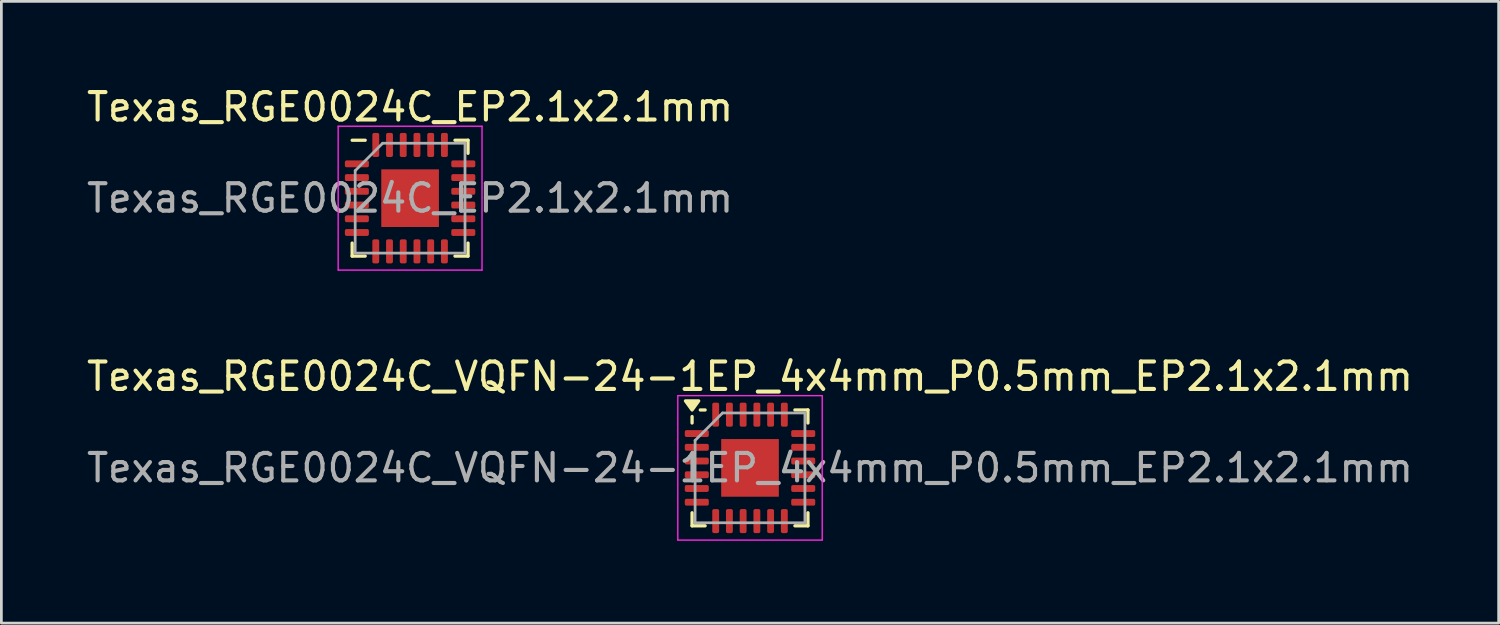
<source format=kicad_pcb>
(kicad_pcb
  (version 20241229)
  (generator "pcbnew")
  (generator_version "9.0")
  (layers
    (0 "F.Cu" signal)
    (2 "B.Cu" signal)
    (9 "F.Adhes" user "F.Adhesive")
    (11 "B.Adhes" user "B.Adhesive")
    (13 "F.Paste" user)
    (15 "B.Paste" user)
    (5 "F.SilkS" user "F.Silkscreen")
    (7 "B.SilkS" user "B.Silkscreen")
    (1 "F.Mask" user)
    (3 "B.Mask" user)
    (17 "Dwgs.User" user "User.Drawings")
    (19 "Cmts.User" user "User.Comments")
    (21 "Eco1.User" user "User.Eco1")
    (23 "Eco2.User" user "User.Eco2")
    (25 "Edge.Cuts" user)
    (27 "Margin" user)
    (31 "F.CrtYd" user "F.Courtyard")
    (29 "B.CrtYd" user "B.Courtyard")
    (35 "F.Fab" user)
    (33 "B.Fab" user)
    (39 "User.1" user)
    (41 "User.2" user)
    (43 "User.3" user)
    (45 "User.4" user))
  (footprint "Texas_RGE0024C_VQFN-24-1EP_4x4mm_P0.5mm_EP2.1x2.1mm"
    (layer "F.Cu")
    (at 24.268 13.992)
    (property "Reference" "Texas_RGE0024C_VQFN-24-1EP_4x4mm_P0.5mm_EP2.1x2.1mm" (at 0 -3.33 0) (layer "F.SilkS") (effects (font (size 1 1) (thickness 0.15))))
    (attr smd)
    (fp_line (start -2.11 -1.635) (end -2.11 -1.87) (stroke (width 0.12) (type solid)) (layer "F.SilkS"))
    (fp_line (start -2.11 2.11) (end -2.11 1.635) (stroke (width 0.12) (type solid)) (layer "F.SilkS"))
    (fp_line (start -1.635 -2.11) (end -1.81 -2.11) (stroke (width 0.12) (type solid)) (layer "F.SilkS"))
    (fp_line (start -1.635 2.11) (end -2.11 2.11) (stroke (width 0.12) (type solid)) (layer "F.SilkS"))
    (fp_line (start 1.635 -2.11) (end 2.11 -2.11) (stroke (width 0.12) (type solid)) (layer "F.SilkS"))
    (fp_line (start 1.635 2.11) (end 2.11 2.11) (stroke (width 0.12) (type solid)) (layer "F.SilkS"))
    (fp_line (start 2.11 -2.11) (end 2.11 -1.635) (stroke (width 0.12) (type solid)) (layer "F.SilkS"))
    (fp_line (start 2.11 2.11) (end 2.11 1.635) (stroke (width 0.12) (type solid)) (layer "F.SilkS"))
    (fp_poly (pts (xy -2.11 -2.11) (xy -2.35 -2.44) (xy -1.87 -2.44) (xy -2.11 -2.11)) (stroke (width 0.12) (type solid)) (fill yes) (layer "F.SilkS"))
    (fp_line (start -2.63 -2.63) (end -2.63 2.63) (stroke (width 0.05) (type solid)) (layer "F.CrtYd"))
    (fp_line (start -2.63 2.63) (end 2.63 2.63) (stroke (width 0.05) (type solid)) (layer "F.CrtYd"))
    (fp_line (start 2.63 -2.63) (end -2.63 -2.63) (stroke (width 0.05) (type solid)) (layer "F.CrtYd"))
    (fp_line (start 2.63 2.63) (end 2.63 -2.63) (stroke (width 0.05) (type solid)) (layer "F.CrtYd"))
    (fp_line (start -2 -1) (end -1 -2) (stroke (width 0.1) (type solid)) (layer "F.Fab"))
    (fp_line (start -2 2) (end -2 -1) (stroke (width 0.1) (type solid)) (layer "F.Fab"))
    (fp_line (start -1 -2) (end 2 -2) (stroke (width 0.1) (type solid)) (layer "F.Fab"))
    (fp_line (start 2 -2) (end 2 2) (stroke (width 0.1) (type solid)) (layer "F.Fab"))
    (fp_line (start 2 2) (end -2 2) (stroke (width 0.1) (type solid)) (layer "F.Fab"))
    (fp_text user "${REFERENCE}" (at 0 0 0) (layer "F.Fab") (effects (font (size 1 1) (thickness 0.15))))
    (pad "" smd roundrect (at -0.525 -0.525) (size 0.85 0.85) (layers "F.Paste") (roundrect_rratio 0.25))
    (pad "" smd roundrect (at -0.525 0.525) (size 0.85 0.85) (layers "F.Paste") (roundrect_rratio 0.25))
    (pad "" smd roundrect (at 0.525 -0.525) (size 0.85 0.85) (layers "F.Paste") (roundrect_rratio 0.25))
    (pad "" smd roundrect (at 0.525 0.525) (size 0.85 0.85) (layers "F.Paste") (roundrect_rratio 0.25))
    (pad "1" smd roundrect (at -1.938 -1.25) (size 0.875 0.25) (layers "F.Cu" "F.Mask" "F.Paste") (roundrect_rratio 0.25))
    (pad "2" smd roundrect (at -1.938 -0.75) (size 0.875 0.25) (layers "F.Cu" "F.Mask" "F.Paste") (roundrect_rratio 0.25))
    (pad "3" smd roundrect (at -1.938 -0.25) (size 0.875 0.25) (layers "F.Cu" "F.Mask" "F.Paste") (roundrect_rratio 0.25))
    (pad "4" smd roundrect (at -1.938 0.25) (size 0.875 0.25) (layers "F.Cu" "F.Mask" "F.Paste") (roundrect_rratio 0.25))
    (pad "5" smd roundrect (at -1.938 0.75) (size 0.875 0.25) (layers "F.Cu" "F.Mask" "F.Paste") (roundrect_rratio 0.25))
    (pad "6" smd roundrect (at -1.938 1.25) (size 0.875 0.25) (layers "F.Cu" "F.Mask" "F.Paste") (roundrect_rratio 0.25))
    (pad "7" smd roundrect (at -1.25 1.938) (size 0.25 0.875) (layers "F.Cu" "F.Mask" "F.Paste") (roundrect_rratio 0.25))
    (pad "8" smd roundrect (at -0.75 1.938) (size 0.25 0.875) (layers "F.Cu" "F.Mask" "F.Paste") (roundrect_rratio 0.25))
    (pad "9" smd roundrect (at -0.25 1.938) (size 0.25 0.875) (layers "F.Cu" "F.Mask" "F.Paste") (roundrect_rratio 0.25))
    (pad "10" smd roundrect (at 0.25 1.938) (size 0.25 0.875) (layers "F.Cu" "F.Mask" "F.Paste") (roundrect_rratio 0.25))
    (pad "11" smd roundrect (at 0.75 1.938) (size 0.25 0.875) (layers "F.Cu" "F.Mask" "F.Paste") (roundrect_rratio 0.25))
    (pad "12" smd roundrect (at 1.25 1.938) (size 0.25 0.875) (layers "F.Cu" "F.Mask" "F.Paste") (roundrect_rratio 0.25))
    (pad "13" smd roundrect (at 1.938 1.25) (size 0.875 0.25) (layers "F.Cu" "F.Mask" "F.Paste") (roundrect_rratio 0.25))
    (pad "14" smd roundrect (at 1.938 0.75) (size 0.875 0.25) (layers "F.Cu" "F.Mask" "F.Paste") (roundrect_rratio 0.25))
    (pad "15" smd roundrect (at 1.938 0.25) (size 0.875 0.25) (layers "F.Cu" "F.Mask" "F.Paste") (roundrect_rratio 0.25))
    (pad "16" smd roundrect (at 1.938 -0.25) (size 0.875 0.25) (layers "F.Cu" "F.Mask" "F.Paste") (roundrect_rratio 0.25))
    (pad "17" smd roundrect (at 1.938 -0.75) (size 0.875 0.25) (layers "F.Cu" "F.Mask" "F.Paste") (roundrect_rratio 0.25))
    (pad "18" smd roundrect (at 1.938 -1.25) (size 0.875 0.25) (layers "F.Cu" "F.Mask" "F.Paste") (roundrect_rratio 0.25))
    (pad "19" smd roundrect (at 1.25 -1.938) (size 0.25 0.875) (layers "F.Cu" "F.Mask" "F.Paste") (roundrect_rratio 0.25))
    (pad "20" smd roundrect (at 0.75 -1.938) (size 0.25 0.875) (layers "F.Cu" "F.Mask" "F.Paste") (roundrect_rratio 0.25))
    (pad "21" smd roundrect (at 0.25 -1.938) (size 0.25 0.875) (layers "F.Cu" "F.Mask" "F.Paste") (roundrect_rratio 0.25))
    (pad "22" smd roundrect (at -0.25 -1.938) (size 0.25 0.875) (layers "F.Cu" "F.Mask" "F.Paste") (roundrect_rratio 0.25))
    (pad "23" smd roundrect (at -0.75 -1.938) (size 0.25 0.875) (layers "F.Cu" "F.Mask" "F.Paste") (roundrect_rratio 0.25))
    (pad "24" smd roundrect (at -1.25 -1.938) (size 0.25 0.875) (layers "F.Cu" "F.Mask" "F.Paste") (roundrect_rratio 0.25))
    (pad "25" smd rect (at 0 0) (size 2.1 2.1) (property pad_prop_heatsink) (layers "F.Cu" "F.Mask")))
  (footprint "Texas_RGE0024C_EP2.1x2.1mm"
    (layer "F.Cu")
    (at 11.887 4.168)
    (property "Reference" "Texas_RGE0024C_EP2.1x2.1mm" (at 0 -3.32 0) (layer "F.SilkS") (effects (font (size 1 1) (thickness 0.15))))
    (attr smd)
    (fp_line (start -2.11 2.11) (end -2.11 1.635) (stroke (width 0.12) (type solid)) (layer "F.SilkS"))
    (fp_line (start -1.635 -2.11) (end -2.11 -2.11) (stroke (width 0.12) (type solid)) (layer "F.SilkS"))
    (fp_line (start -1.635 2.11) (end -2.11 2.11) (stroke (width 0.12) (type solid)) (layer "F.SilkS"))
    (fp_line (start 1.635 -2.11) (end 2.11 -2.11) (stroke (width 0.12) (type solid)) (layer "F.SilkS"))
    (fp_line (start 1.635 2.11) (end 2.11 2.11) (stroke (width 0.12) (type solid)) (layer "F.SilkS"))
    (fp_line (start 2.11 -2.11) (end 2.11 -1.635) (stroke (width 0.12) (type solid)) (layer "F.SilkS"))
    (fp_line (start 2.11 2.11) (end 2.11 1.635) (stroke (width 0.12) (type solid)) (layer "F.SilkS"))
    (fp_line (start -2.62 -2.62) (end -2.62 2.62) (stroke (width 0.05) (type solid)) (layer "F.CrtYd"))
    (fp_line (start -2.62 2.62) (end 2.62 2.62) (stroke (width 0.05) (type solid)) (layer "F.CrtYd"))
    (fp_line (start 2.62 -2.62) (end -2.62 -2.62) (stroke (width 0.05) (type solid)) (layer "F.CrtYd"))
    (fp_line (start 2.62 2.62) (end 2.62 -2.62) (stroke (width 0.05) (type solid)) (layer "F.CrtYd"))
    (fp_line (start -2 -1) (end -1 -2) (stroke (width 0.1) (type solid)) (layer "F.Fab"))
    (fp_line (start -2 2) (end -2 -1) (stroke (width 0.1) (type solid)) (layer "F.Fab"))
    (fp_line (start -1 -2) (end 2 -2) (stroke (width 0.1) (type solid)) (layer "F.Fab"))
    (fp_line (start 2 -2) (end 2 2) (stroke (width 0.1) (type solid)) (layer "F.Fab"))
    (fp_line (start 2 2) (end -2 2) (stroke (width 0.1) (type solid)) (layer "F.Fab"))
    (fp_text user "${REFERENCE}" (at 0 0 0) (layer "F.Fab") (effects (font (size 1 1) (thickness 0.15))))
    (pad "" smd roundrect (at -0.525 -0.525) (size 0.85 0.85) (layers "F.Paste") (roundrect_rratio 0.25))
    (pad "" smd roundrect (at -0.525 0.525) (size 0.85 0.85) (layers "F.Paste") (roundrect_rratio 0.25))
    (pad "" smd roundrect (at 0.525 -0.525) (size 0.85 0.85) (layers "F.Paste") (roundrect_rratio 0.25))
    (pad "" smd roundrect (at 0.525 0.525) (size 0.85 0.85) (layers "F.Paste") (roundrect_rratio 0.25))
    (pad "1" smd roundrect (at -1.938 -1.25) (size 0.875 0.25) (layers "F.Cu" "F.Mask" "F.Paste") (roundrect_rratio 0.25))
    (pad "2" smd roundrect (at -1.938 -0.75) (size 0.875 0.25) (layers "F.Cu" "F.Mask" "F.Paste") (roundrect_rratio 0.25))
    (pad "3" smd roundrect (at -1.938 -0.25) (size 0.875 0.25) (layers "F.Cu" "F.Mask" "F.Paste") (roundrect_rratio 0.25))
    (pad "4" smd roundrect (at -1.938 0.25) (size 0.875 0.25) (layers "F.Cu" "F.Mask" "F.Paste") (roundrect_rratio 0.25))
    (pad "5" smd roundrect (at -1.938 0.75) (size 0.875 0.25) (layers "F.Cu" "F.Mask" "F.Paste") (roundrect_rratio 0.25))
    (pad "6" smd roundrect (at -1.938 1.25) (size 0.875 0.25) (layers "F.Cu" "F.Mask" "F.Paste") (roundrect_rratio 0.25))
    (pad "7" smd roundrect (at -1.25 1.938) (size 0.25 0.875) (layers "F.Cu" "F.Mask" "F.Paste") (roundrect_rratio 0.25))
    (pad "8" smd roundrect (at -0.75 1.938) (size 0.25 0.875) (layers "F.Cu" "F.Mask" "F.Paste") (roundrect_rratio 0.25))
    (pad "9" smd roundrect (at -0.25 1.938) (size 0.25 0.875) (layers "F.Cu" "F.Mask" "F.Paste") (roundrect_rratio 0.25))
    (pad "10" smd roundrect (at 0.25 1.938) (size 0.25 0.875) (layers "F.Cu" "F.Mask" "F.Paste") (roundrect_rratio 0.25))
    (pad "11" smd roundrect (at 0.75 1.938) (size 0.25 0.875) (layers "F.Cu" "F.Mask" "F.Paste") (roundrect_rratio 0.25))
    (pad "12" smd roundrect (at 1.25 1.938) (size 0.25 0.875) (layers "F.Cu" "F.Mask" "F.Paste") (roundrect_rratio 0.25))
    (pad "13" smd roundrect (at 1.938 1.25) (size 0.875 0.25) (layers "F.Cu" "F.Mask" "F.Paste") (roundrect_rratio 0.25))
    (pad "14" smd roundrect (at 1.938 0.75) (size 0.875 0.25) (layers "F.Cu" "F.Mask" "F.Paste") (roundrect_rratio 0.25))
    (pad "15" smd roundrect (at 1.938 0.25) (size 0.875 0.25) (layers "F.Cu" "F.Mask" "F.Paste") (roundrect_rratio 0.25))
    (pad "16" smd roundrect (at 1.938 -0.25) (size 0.875 0.25) (layers "F.Cu" "F.Mask" "F.Paste") (roundrect_rratio 0.25))
    (pad "17" smd roundrect (at 1.938 -0.75) (size 0.875 0.25) (layers "F.Cu" "F.Mask" "F.Paste") (roundrect_rratio 0.25))
    (pad "18" smd roundrect (at 1.938 -1.25) (size 0.875 0.25) (layers "F.Cu" "F.Mask" "F.Paste") (roundrect_rratio 0.25))
    (pad "19" smd roundrect (at 1.25 -1.938) (size 0.25 0.875) (layers "F.Cu" "F.Mask" "F.Paste") (roundrect_rratio 0.25))
    (pad "20" smd roundrect (at 0.75 -1.938) (size 0.25 0.875) (layers "F.Cu" "F.Mask" "F.Paste") (roundrect_rratio 0.25))
    (pad "21" smd roundrect (at 0.25 -1.938) (size 0.25 0.875) (layers "F.Cu" "F.Mask" "F.Paste") (roundrect_rratio 0.25))
    (pad "22" smd roundrect (at -0.25 -1.938) (size 0.25 0.875) (layers "F.Cu" "F.Mask" "F.Paste") (roundrect_rratio 0.25))
    (pad "23" smd roundrect (at -0.75 -1.938) (size 0.25 0.875) (layers "F.Cu" "F.Mask" "F.Paste") (roundrect_rratio 0.25))
    (pad "24" smd roundrect (at -1.25 -1.938) (size 0.25 0.875) (layers "F.Cu" "F.Mask" "F.Paste") (roundrect_rratio 0.25))
    (pad "25" smd rect (at 0 0) (size 2.1 2.1) (layers "F.Cu" "F.Mask")))
  (gr_rect
    (start -3 -3)
    (end 51.536 19.646)
    (stroke (width 0.1) (type default))
    (fill no)
    (layer "Edge.Cuts")))
</source>
